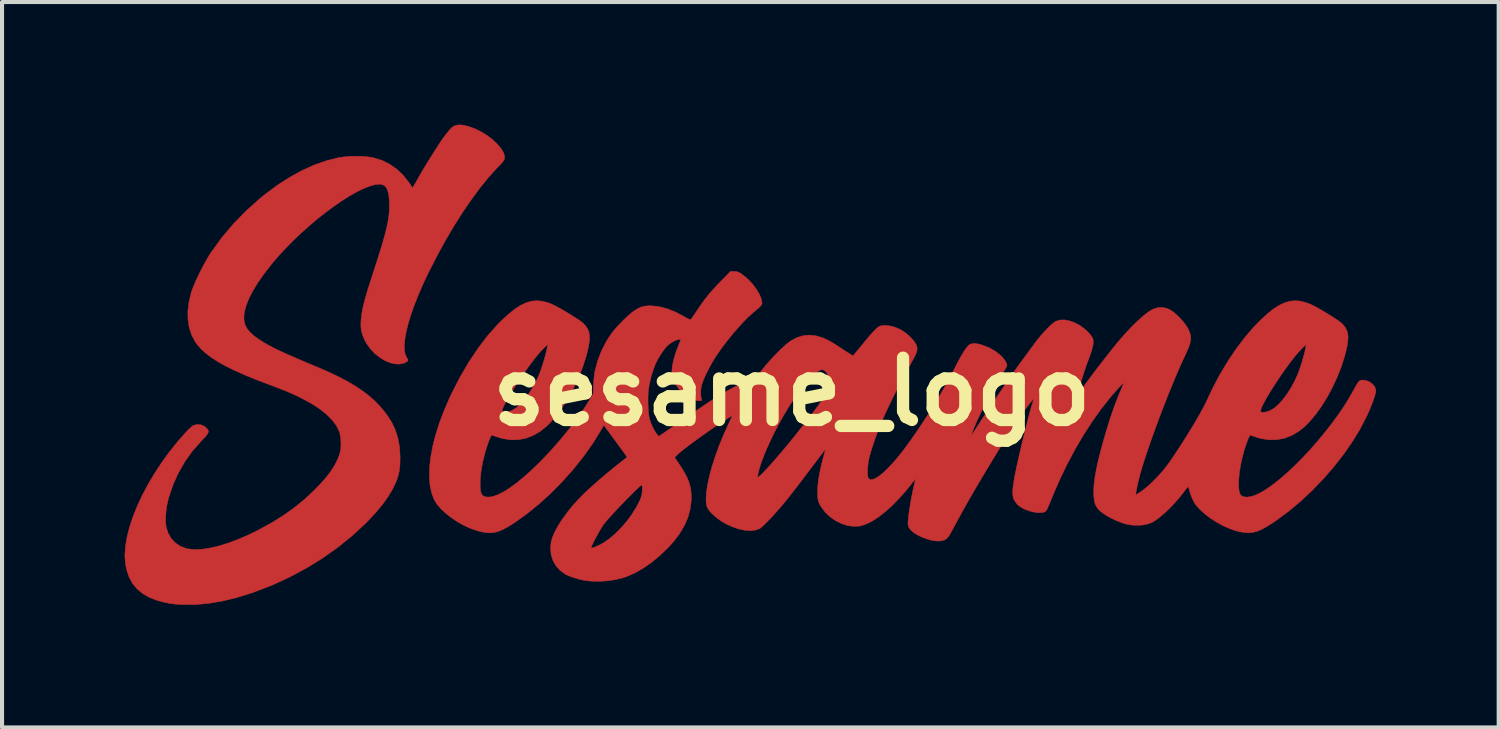
<source format=kicad_pcb>
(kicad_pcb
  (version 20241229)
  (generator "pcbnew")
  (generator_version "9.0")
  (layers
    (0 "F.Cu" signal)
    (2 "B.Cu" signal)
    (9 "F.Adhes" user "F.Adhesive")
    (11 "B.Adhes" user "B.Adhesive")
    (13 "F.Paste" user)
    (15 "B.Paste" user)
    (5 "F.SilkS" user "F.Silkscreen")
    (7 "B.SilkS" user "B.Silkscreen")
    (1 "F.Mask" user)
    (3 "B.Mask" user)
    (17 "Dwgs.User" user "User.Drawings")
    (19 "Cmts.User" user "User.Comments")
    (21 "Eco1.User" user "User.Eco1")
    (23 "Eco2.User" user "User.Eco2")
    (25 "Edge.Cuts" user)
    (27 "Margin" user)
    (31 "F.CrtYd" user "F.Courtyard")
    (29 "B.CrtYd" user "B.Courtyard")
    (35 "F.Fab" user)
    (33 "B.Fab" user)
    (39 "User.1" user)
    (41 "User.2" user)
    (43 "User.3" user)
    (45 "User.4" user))
  (footprint "sesame_logo"
    (layer "F.Cu")
    (at 16.325 6.537)
    (property "Reference" "sesame_logo" (at 0 0 0) (layer "F.SilkS") (effects (font (size 1.524 1.524) (thickness 0.3))))
    (attr through_hole)
    (fp_poly (pts (xy -8.04 -6.525) (xy -7.915 -6.495) (xy -7.767 -6.442) (xy -7.745 -6.433) (xy -7.614 -6.37) (xy -7.488 -6.294) (xy -7.369 -6.209) (xy -7.262 -6.117) (xy -7.171 -6.023) (xy -7.099 -5.93) (xy -7.05 -5.842) (xy -7.028 -5.762) (xy -7.027 -5.745) (xy -7.028 -5.715) (xy -7.034 -5.689) (xy -7.047 -5.662) (xy -7.072 -5.629) (xy -7.111 -5.584) (xy -7.169 -5.523) (xy -7.21 -5.481) (xy -7.415 -5.255) (xy -7.624 -4.998) (xy -7.835 -4.713) (xy -8.047 -4.404) (xy -8.258 -4.073) (xy -8.465 -3.722) (xy -8.667 -3.355) (xy -8.862 -2.975) (xy -8.883 -2.933) (xy -9.013 -2.659) (xy -9.127 -2.397) (xy -9.227 -2.149) (xy -9.31 -1.916) (xy -9.378 -1.699) (xy -9.429 -1.501) (xy -9.463 -1.322) (xy -9.48 -1.165) (xy -9.48 -1.03) (xy -9.461 -0.92) (xy -9.424 -0.836) (xy -9.404 -0.81) (xy -9.388 -0.779) (xy -9.402 -0.75) (xy -9.446 -0.721) (xy -9.493 -0.701) (xy -9.599 -0.678) (xy -9.716 -0.683) (xy -9.838 -0.713) (xy -9.963 -0.767) (xy -10.085 -0.842) (xy -10.201 -0.934) (xy -10.306 -1.043) (xy -10.396 -1.165) (xy -10.446 -1.255) (xy -10.498 -1.372) (xy -10.53 -1.48) (xy -10.545 -1.591) (xy -10.544 -1.715) (xy -10.536 -1.807) (xy -10.526 -1.89) (xy -10.513 -1.973) (xy -10.496 -2.058) (xy -10.474 -2.151) (xy -10.447 -2.255) (xy -10.413 -2.375) (xy -10.372 -2.513) (xy -10.321 -2.673) (xy -10.261 -2.861) (xy -10.236 -2.937) (xy -10.158 -3.178) (xy -10.091 -3.39) (xy -10.033 -3.577) (xy -9.985 -3.741) (xy -9.946 -3.885) (xy -9.914 -4.013) (xy -9.89 -4.127) (xy -9.872 -4.231) (xy -9.859 -4.327) (xy -9.851 -4.419) (xy -9.848 -4.509) (xy -9.847 -4.555) (xy -9.852 -4.712) (xy -9.866 -4.838) (xy -9.892 -4.935) (xy -9.929 -5.006) (xy -9.979 -5.052) (xy -10.042 -5.076) (xy -10.093 -5.08) (xy -10.205 -5.067) (xy -10.336 -5.03) (xy -10.485 -4.971) (xy -10.647 -4.891) (xy -10.822 -4.792) (xy -11.007 -4.676) (xy -11.198 -4.544) (xy -11.395 -4.399) (xy -11.594 -4.243) (xy -11.792 -4.076) (xy -11.989 -3.901) (xy -12.181 -3.72) (xy -12.365 -3.534) (xy -12.54 -3.346) (xy -12.703 -3.157) (xy -12.746 -3.104) (xy -12.924 -2.873) (xy -13.073 -2.659) (xy -13.194 -2.459) (xy -13.288 -2.275) (xy -13.354 -2.104) (xy -13.377 -2.025) (xy -13.404 -1.885) (xy -13.406 -1.762) (xy -13.383 -1.651) (xy -13.332 -1.549) (xy -13.252 -1.452) (xy -13.142 -1.356) (xy -13.066 -1.301) (xy -12.981 -1.245) (xy -12.892 -1.19) (xy -12.794 -1.135) (xy -12.685 -1.077) (xy -12.561 -1.017) (xy -12.42 -0.951) (xy -12.258 -0.879) (xy -12.073 -0.799) (xy -11.862 -0.709) (xy -11.684 -0.636) (xy -11.392 -0.51) (xy -11.131 -0.388) (xy -10.898 -0.268) (xy -10.69 -0.147) (xy -10.504 -0.023) (xy -10.338 0.104) (xy -10.19 0.238) (xy -10.055 0.38) (xy -9.932 0.531) (xy -9.909 0.562) (xy -9.792 0.743) (xy -9.703 0.931) (xy -9.639 1.13) (xy -9.6 1.345) (xy -9.585 1.58) (xy -9.585 1.632) (xy -9.588 1.783) (xy -9.601 1.911) (xy -9.624 2.026) (xy -9.659 2.139) (xy -9.686 2.208) (xy -9.771 2.386) (xy -9.88 2.567) (xy -10.014 2.754) (xy -10.175 2.948) (xy -10.365 3.152) (xy -10.422 3.21) (xy -10.747 3.513) (xy -11.1 3.799) (xy -11.476 4.066) (xy -11.873 4.311) (xy -12.287 4.533) (xy -12.714 4.73) (xy -13.153 4.9) (xy -13.216 4.922) (xy -13.585 5.036) (xy -13.938 5.121) (xy -14.275 5.178) (xy -14.598 5.207) (xy -14.909 5.207) (xy -15.056 5.198) (xy -15.207 5.18) (xy -15.346 5.154) (xy -15.489 5.116) (xy -15.536 5.102) (xy -15.727 5.028) (xy -15.89 4.933) (xy -16.026 4.818) (xy -16.137 4.682) (xy -16.221 4.523) (xy -16.28 4.343) (xy -16.307 4.199) (xy -16.32 4.004) (xy -16.306 3.791) (xy -16.269 3.561) (xy -16.208 3.319) (xy -16.125 3.066) (xy -16.021 2.805) (xy -15.898 2.539) (xy -15.756 2.27) (xy -15.596 2) (xy -15.421 1.733) (xy -15.231 1.471) (xy -15.026 1.216) (xy -14.837 1.001) (xy -14.777 0.938) (xy -14.719 0.883) (xy -14.67 0.841) (xy -14.637 0.819) (xy -14.636 0.819) (xy -14.545 0.798) (xy -14.453 0.808) (xy -14.368 0.847) (xy -14.317 0.891) (xy -14.29 0.925) (xy -14.276 0.957) (xy -14.279 0.991) (xy -14.3 1.033) (xy -14.34 1.085) (xy -14.402 1.154) (xy -14.457 1.211) (xy -14.666 1.448) (xy -14.851 1.708) (xy -15.011 1.986) (xy -15.143 2.278) (xy -15.244 2.58) (xy -15.26 2.64) (xy -15.291 2.781) (xy -15.312 2.925) (xy -15.322 3.065) (xy -15.322 3.192) (xy -15.311 3.296) (xy -15.309 3.303) (xy -15.263 3.453) (xy -15.19 3.582) (xy -15.093 3.689) (xy -14.974 3.771) (xy -14.835 3.828) (xy -14.767 3.844) (xy -14.613 3.859) (xy -14.438 3.852) (xy -14.242 3.824) (xy -14.028 3.774) (xy -13.799 3.704) (xy -13.558 3.614) (xy -13.306 3.506) (xy -13.064 3.388) (xy -12.734 3.208) (xy -12.433 3.02) (xy -12.156 2.821) (xy -11.896 2.607) (xy -11.682 2.405) (xy -11.521 2.239) (xy -11.387 2.085) (xy -11.277 1.94) (xy -11.188 1.799) (xy -11.116 1.657) (xy -11.064 1.524) (xy -11.043 1.433) (xy -11.033 1.323) (xy -11.034 1.205) (xy -11.044 1.092) (xy -11.065 0.995) (xy -11.071 0.978) (xy -11.139 0.837) (xy -11.241 0.698) (xy -11.375 0.561) (xy -11.54 0.428) (xy -11.737 0.298) (xy -11.965 0.172) (xy -11.998 0.155) (xy -12.095 0.107) (xy -12.187 0.064) (xy -12.278 0.024) (xy -12.376 -0.018) (xy -12.486 -0.061) (xy -12.614 -0.111) (xy -12.766 -0.168) (xy -12.818 -0.187) (xy -13.124 -0.304) (xy -13.397 -0.416) (xy -13.641 -0.525) (xy -13.855 -0.631) (xy -14.043 -0.736) (xy -14.204 -0.84) (xy -14.341 -0.944) (xy -14.456 -1.05) (xy -14.55 -1.157) (xy -14.599 -1.225) (xy -14.686 -1.39) (xy -14.745 -1.571) (xy -14.776 -1.767) (xy -14.778 -1.976) (xy -14.752 -2.194) (xy -14.698 -2.42) (xy -14.68 -2.475) (xy -14.642 -2.578) (xy -14.59 -2.701) (xy -14.526 -2.838) (xy -14.456 -2.98) (xy -14.382 -3.12) (xy -14.309 -3.251) (xy -14.24 -3.365) (xy -14.217 -3.401) (xy -13.957 -3.761) (xy -13.667 -4.105) (xy -13.349 -4.431) (xy -13.001 -4.741) (xy -12.884 -4.835) (xy -12.587 -5.057) (xy -12.286 -5.25) (xy -11.985 -5.415) (xy -11.684 -5.551) (xy -11.387 -5.655) (xy -11.102 -5.727) (xy -10.946 -5.75) (xy -10.776 -5.763) (xy -10.601 -5.765) (xy -10.433 -5.756) (xy -10.283 -5.737) (xy -10.23 -5.726) (xy -10.03 -5.664) (xy -9.841 -5.57) (xy -9.666 -5.448) (xy -9.51 -5.3) (xy -9.373 -5.127) (xy -9.352 -5.096) (xy -9.319 -5.046) (xy -9.293 -5.011) (xy -9.28 -4.996) (xy -9.279 -4.996) (xy -9.269 -5.01) (xy -9.245 -5.048) (xy -9.213 -5.104) (xy -9.176 -5.169) (xy -9.117 -5.274) (xy -9.047 -5.395) (xy -8.968 -5.527) (xy -8.884 -5.664) (xy -8.798 -5.801) (xy -8.715 -5.933) (xy -8.637 -6.053) (xy -8.567 -6.157) (xy -8.51 -6.238) (xy -8.496 -6.258) (xy -8.44 -6.329) (xy -8.386 -6.395) (xy -8.339 -6.447) (xy -8.305 -6.479) (xy -8.304 -6.479) (xy -8.233 -6.517) (xy -8.146 -6.532) (xy -8.04 -6.525)) (stroke (width 0.01) (type solid)) (fill yes) (layer "F.Cu"))
    (fp_poly (pts (xy -1.413 -2.946) (xy -1.345 -2.94) (xy -1.284 -2.917) (xy -1.247 -2.895) (xy -1.144 -2.819) (xy -1.043 -2.726) (xy -0.949 -2.621) (xy -0.867 -2.51) (xy -0.8 -2.4) (xy -0.754 -2.296) (xy -0.732 -2.208) (xy -0.729 -2.178) (xy -0.731 -2.153) (xy -0.741 -2.129) (xy -0.761 -2.102) (xy -0.796 -2.067) (xy -0.849 -2.02) (xy -0.923 -1.957) (xy -0.961 -1.926) (xy -1.069 -1.827) (xy -1.19 -1.705) (xy -1.319 -1.564) (xy -1.451 -1.41) (xy -1.582 -1.249) (xy -1.706 -1.085) (xy -1.819 -0.925) (xy -1.849 -0.881) (xy -1.92 -0.767) (xy -1.992 -0.643) (xy -2.058 -0.516) (xy -2.118 -0.393) (xy -2.166 -0.281) (xy -2.2 -0.186) (xy -2.21 -0.152) (xy -2.229 -0.026) (xy -2.227 0.096) (xy -2.209 0.182) (xy -2.205 0.205) (xy -2.215 0.217) (xy -2.249 0.22) (xy -2.274 0.22) (xy -2.332 0.213) (xy -2.401 0.191) (xy -2.485 0.152) (xy -2.623 0.065) (xy -2.745 -0.048) (xy -2.844 -0.181) (xy -2.881 -0.248) (xy -2.911 -0.312) (xy -2.928 -0.363) (xy -2.935 -0.416) (xy -2.936 -0.486) (xy -2.936 -0.499) (xy -2.923 -0.638) (xy -2.89 -0.796) (xy -2.837 -0.967) (xy -2.78 -1.118) (xy -2.75 -1.19) (xy -2.732 -1.237) (xy -2.726 -1.264) (xy -2.73 -1.278) (xy -2.742 -1.283) (xy -2.745 -1.284) (xy -2.786 -1.279) (xy -2.845 -1.258) (xy -2.912 -1.224) (xy -2.977 -1.183) (xy -3.029 -1.142) (xy -3.09 -1.078) (xy -3.156 -0.991) (xy -3.223 -0.89) (xy -3.286 -0.783) (xy -3.338 -0.678) (xy -3.347 -0.657) (xy -3.408 -0.489) (xy -3.46 -0.303) (xy -3.498 -0.115) (xy -3.506 -0.057) (xy -3.515 0.036) (xy -3.519 0.148) (xy -3.519 0.268) (xy -3.514 0.389) (xy -3.507 0.501) (xy -3.495 0.597) (xy -3.482 0.664) (xy -3.452 0.755) (xy -3.411 0.85) (xy -3.365 0.941) (xy -3.319 1.014) (xy -3.303 1.035) (xy -3.257 1.09) (xy -2.928 0.866) (xy -2.809 0.784) (xy -2.676 0.693) (xy -2.539 0.599) (xy -2.409 0.509) (xy -2.296 0.431) (xy -2.294 0.43) (xy -2.079 0.285) (xy -1.873 0.152) (xy -1.679 0.034) (xy -1.498 -0.068) (xy -1.333 -0.154) (xy -1.187 -0.222) (xy -1.062 -0.27) (xy -0.962 -0.297) (xy -0.926 -0.308) (xy -0.894 -0.331) (xy -0.856 -0.372) (xy -0.819 -0.42) (xy -0.723 -0.545) (xy -0.615 -0.675) (xy -0.502 -0.803) (xy -0.386 -0.925) (xy -0.273 -1.038) (xy -0.168 -1.135) (xy -0.074 -1.212) (xy -0.018 -1.251) (xy 0.13 -1.329) (xy 0.282 -1.375) (xy 0.438 -1.389) (xy 0.6 -1.369) (xy 0.768 -1.318) (xy 0.943 -1.233) (xy 1.077 -1.15) (xy 1.155 -1.099) (xy 1.245 -1.04) (xy 1.332 -0.984) (xy 1.353 -0.971) (xy 1.497 -0.88) (xy 1.532 -0.921) (xy 1.555 -0.949) (xy 1.595 -0.998) (xy 1.646 -1.059) (xy 1.702 -1.128) (xy 1.709 -1.137) (xy 1.827 -1.28) (xy 1.928 -1.398) (xy 2.011 -1.489) (xy 2.075 -1.554) (xy 2.12 -1.591) (xy 2.125 -1.594) (xy 2.195 -1.62) (xy 2.286 -1.626) (xy 2.391 -1.615) (xy 2.504 -1.587) (xy 2.617 -1.543) (xy 2.701 -1.498) (xy 2.782 -1.442) (xy 2.864 -1.374) (xy 2.939 -1.3) (xy 2.998 -1.229) (xy 3.032 -1.176) (xy 3.053 -1.126) (xy 3.065 -1.08) (xy 3.066 -1.033) (xy 3.055 -0.98) (xy 3.03 -0.915) (xy 2.991 -0.835) (xy 2.936 -0.734) (xy 2.895 -0.66) (xy 2.814 -0.517) (xy 2.727 -0.354) (xy 2.635 -0.178) (xy 2.542 0.004) (xy 2.451 0.187) (xy 2.366 0.364) (xy 2.289 0.528) (xy 2.223 0.674) (xy 2.186 0.762) (xy 2.103 0.969) (xy 2.028 1.174) (xy 1.963 1.369) (xy 1.91 1.545) (xy 1.895 1.6) (xy 1.877 1.688) (xy 1.863 1.784) (xy 1.855 1.88) (xy 1.853 1.97) (xy 1.857 2.046) (xy 1.867 2.101) (xy 1.877 2.123) (xy 1.919 2.148) (xy 1.976 2.145) (xy 2.048 2.116) (xy 2.134 2.063) (xy 2.231 1.985) (xy 2.338 1.884) (xy 2.454 1.762) (xy 2.578 1.62) (xy 2.707 1.459) (xy 2.754 1.397) (xy 2.896 1.203) (xy 2.974 1.092) (xy 4.369 1.092) (xy 4.377 1.101) (xy 4.386 1.092) (xy 4.377 1.084) (xy 4.369 1.092) (xy 2.974 1.092) (xy 3.044 0.991) (xy 3.195 0.767) (xy 3.345 0.536) (xy 3.49 0.304) (xy 3.628 0.076) (xy 3.754 -0.142) (xy 3.866 -0.345) (xy 3.959 -0.525) (xy 4.053 -0.711) (xy 4.137 -0.866) (xy 4.211 -0.989) (xy 4.275 -1.08) (xy 4.329 -1.14) (xy 4.369 -1.166) (xy 4.429 -1.181) (xy 4.492 -1.183) (xy 4.566 -1.17) (xy 4.657 -1.145) (xy 4.825 -1.081) (xy 4.975 -0.996) (xy 5.119 -0.883) (xy 5.12 -0.882) (xy 5.165 -0.834) (xy 5.208 -0.776) (xy 5.243 -0.718) (xy 5.263 -0.669) (xy 5.266 -0.651) (xy 5.257 -0.621) (xy 5.232 -0.572) (xy 5.197 -0.513) (xy 5.176 -0.481) (xy 5.126 -0.403) (xy 5.064 -0.302) (xy 4.995 -0.182) (xy 4.921 -0.051) (xy 4.845 0.085) (xy 4.772 0.221) (xy 4.705 0.349) (xy 4.647 0.464) (xy 4.63 0.5) (xy 4.584 0.598) (xy 4.538 0.698) (xy 4.495 0.795) (xy 4.457 0.883) (xy 4.426 0.959) (xy 4.403 1.017) (xy 4.392 1.052) (xy 4.391 1.061) (xy 4.402 1.05) (xy 4.427 1.014) (xy 4.464 0.96) (xy 4.509 0.892) (xy 4.53 0.859) (xy 4.618 0.723) (xy 4.717 0.573) (xy 4.822 0.413) (xy 4.933 0.248) (xy 5.045 0.081) (xy 5.156 -0.083) (xy 5.263 -0.24) (xy 5.363 -0.386) (xy 5.455 -0.517) (xy 5.534 -0.629) (xy 5.597 -0.717) (xy 5.61 -0.734) (xy 5.683 -0.833) (xy 5.76 -0.936) (xy 5.834 -1.037) (xy 5.899 -1.125) (xy 5.944 -1.187) (xy 6.018 -1.284) (xy 6.099 -1.382) (xy 6.183 -1.477) (xy 6.265 -1.563) (xy 6.341 -1.637) (xy 6.407 -1.692) (xy 6.457 -1.725) (xy 6.458 -1.726) (xy 6.557 -1.756) (xy 6.67 -1.76) (xy 6.792 -1.738) (xy 6.918 -1.693) (xy 7.043 -1.627) (xy 7.163 -1.54) (xy 7.224 -1.484) (xy 7.296 -1.408) (xy 7.344 -1.344) (xy 7.37 -1.284) (xy 7.378 -1.219) (xy 7.369 -1.142) (xy 7.357 -1.088) (xy 7.336 -1.01) (xy 7.306 -0.917) (xy 7.273 -0.827) (xy 7.264 -0.803) (xy 7.236 -0.73) (xy 7.202 -0.636) (xy 7.166 -0.53) (xy 7.132 -0.423) (xy 7.121 -0.388) (xy 7.09 -0.291) (xy 7.061 -0.196) (xy 7.034 -0.113) (xy 7.013 -0.05) (xy 7.006 -0.029) (xy 6.989 0.023) (xy 6.98 0.062) (xy 6.98 0.077) (xy 6.992 0.068) (xy 7.019 0.036) (xy 7.056 -0.012) (xy 7.08 -0.045) (xy 7.163 -0.162) (xy 7.262 -0.296) (xy 7.371 -0.442) (xy 7.487 -0.595) (xy 7.606 -0.749) (xy 7.724 -0.899) (xy 7.836 -1.041) (xy 7.938 -1.167) (xy 8.027 -1.274) (xy 8.059 -1.311) (xy 8.204 -1.474) (xy 8.345 -1.622) (xy 8.479 -1.751) (xy 8.603 -1.86) (xy 8.714 -1.947) (xy 8.811 -2.008) (xy 8.84 -2.023) (xy 8.958 -2.061) (xy 9.076 -2.065) (xy 9.194 -2.036) (xy 9.241 -2.014) (xy 9.317 -1.967) (xy 9.401 -1.898) (xy 9.488 -1.814) (xy 9.571 -1.724) (xy 9.641 -1.634) (xy 9.692 -1.552) (xy 9.7 -1.537) (xy 9.733 -1.459) (xy 9.754 -1.389) (xy 9.763 -1.32) (xy 9.757 -1.248) (xy 9.738 -1.167) (xy 9.703 -1.071) (xy 9.653 -0.955) (xy 9.611 -0.865) (xy 9.52 -0.668) (xy 9.422 -0.445) (xy 9.32 -0.2) (xy 9.214 0.06) (xy 9.107 0.331) (xy 9.002 0.606) (xy 8.9 0.881) (xy 8.803 1.149) (xy 8.714 1.406) (xy 8.634 1.645) (xy 8.566 1.861) (xy 8.543 1.941) (xy 8.517 2.034) (xy 8.492 2.132) (xy 8.468 2.231) (xy 8.448 2.323) (xy 8.432 2.403) (xy 8.421 2.465) (xy 8.418 2.505) (xy 8.419 2.515) (xy 8.435 2.509) (xy 8.471 2.487) (xy 8.522 2.455) (xy 8.543 2.441) (xy 8.635 2.373) (xy 8.74 2.283) (xy 8.851 2.178) (xy 8.961 2.065) (xy 9.065 1.949) (xy 9.155 1.838) (xy 9.169 1.82) (xy 9.248 1.711) (xy 9.337 1.582) (xy 9.433 1.439) (xy 9.532 1.285) (xy 9.633 1.126) (xy 9.733 0.965) (xy 9.829 0.808) (xy 9.917 0.658) (xy 9.997 0.519) (xy 10.015 0.485) (xy 11.471 0.485) (xy 11.494 0.501) (xy 11.539 0.503) (xy 11.601 0.493) (xy 11.669 0.472) (xy 11.713 0.454) (xy 11.81 0.394) (xy 11.911 0.305) (xy 12.014 0.192) (xy 12.115 0.057) (xy 12.212 -0.095) (xy 12.301 -0.259) (xy 12.37 -0.408) (xy 12.408 -0.506) (xy 12.448 -0.623) (xy 12.488 -0.747) (xy 12.523 -0.871) (xy 12.552 -0.983) (xy 12.571 -1.075) (xy 12.573 -1.084) (xy 12.585 -1.16) (xy 12.481 -1.058) (xy 12.411 -0.985) (xy 12.332 -0.893) (xy 12.246 -0.786) (xy 12.156 -0.668) (xy 12.064 -0.541) (xy 11.971 -0.409) (xy 11.881 -0.275) (xy 11.794 -0.142) (xy 11.713 -0.013) (xy 11.64 0.108) (xy 11.577 0.218) (xy 11.527 0.314) (xy 11.491 0.393) (xy 11.472 0.451) (xy 11.471 0.485) (xy 10.015 0.485) (xy 10.064 0.397) (xy 10.116 0.296) (xy 10.14 0.244) (xy 10.302 -0.099) (xy 10.479 -0.432) (xy 10.671 -0.751) (xy 10.873 -1.051) (xy 11.083 -1.329) (xy 11.298 -1.58) (xy 11.466 -1.753) (xy 11.629 -1.902) (xy 11.779 -2.023) (xy 11.92 -2.115) (xy 12.055 -2.179) (xy 12.186 -2.217) (xy 12.316 -2.23) (xy 12.449 -2.218) (xy 12.587 -2.182) (xy 12.678 -2.148) (xy 12.744 -2.117) (xy 12.829 -2.073) (xy 12.926 -2.019) (xy 13.03 -1.958) (xy 13.135 -1.894) (xy 13.235 -1.831) (xy 13.325 -1.773) (xy 13.398 -1.722) (xy 13.449 -1.682) (xy 13.459 -1.673) (xy 13.522 -1.603) (xy 13.568 -1.529) (xy 13.598 -1.448) (xy 13.61 -1.354) (xy 13.606 -1.245) (xy 13.587 -1.116) (xy 13.552 -0.963) (xy 13.527 -0.872) (xy 13.446 -0.616) (xy 13.345 -0.36) (xy 13.229 -0.109) (xy 13.099 0.132) (xy 12.959 0.357) (xy 12.811 0.562) (xy 12.658 0.742) (xy 12.559 0.842) (xy 12.396 0.973) (xy 12.224 1.072) (xy 12.045 1.139) (xy 11.858 1.173) (xy 11.667 1.174) (xy 11.472 1.142) (xy 11.36 1.109) (xy 11.299 1.088) (xy 11.25 1.071) (xy 11.222 1.063) (xy 11.219 1.062) (xy 11.204 1.075) (xy 11.182 1.116) (xy 11.155 1.18) (xy 11.124 1.262) (xy 11.092 1.357) (xy 11.06 1.462) (xy 11.058 1.469) (xy 10.997 1.71) (xy 10.956 1.941) (xy 10.935 2.157) (xy 10.933 2.235) (xy 10.935 2.354) (xy 10.947 2.443) (xy 10.97 2.506) (xy 11.007 2.547) (xy 11.059 2.569) (xy 11.129 2.576) (xy 11.141 2.576) (xy 11.243 2.562) (xy 11.362 2.52) (xy 11.496 2.453) (xy 11.642 2.362) (xy 11.799 2.25) (xy 11.966 2.116) (xy 12.14 1.963) (xy 12.32 1.794) (xy 12.504 1.608) (xy 12.69 1.408) (xy 12.876 1.195) (xy 13.06 0.971) (xy 13.241 0.738) (xy 13.242 0.737) (xy 13.4 0.519) (xy 13.538 0.312) (xy 13.665 0.104) (xy 13.737 -0.025) (xy 13.789 -0.12) (xy 13.829 -0.188) (xy 13.86 -0.235) (xy 13.886 -0.264) (xy 13.912 -0.28) (xy 13.939 -0.286) (xy 13.973 -0.287) (xy 13.974 -0.287) (xy 14.064 -0.274) (xy 14.147 -0.238) (xy 14.216 -0.184) (xy 14.266 -0.119) (xy 14.29 -0.046) (xy 14.292 -0.025) (xy 14.284 0.026) (xy 14.264 0.102) (xy 14.232 0.198) (xy 14.19 0.309) (xy 14.141 0.43) (xy 14.086 0.555) (xy 14.059 0.612) (xy 13.901 0.917) (xy 13.713 1.224) (xy 13.499 1.531) (xy 13.263 1.834) (xy 13.007 2.128) (xy 12.736 2.41) (xy 12.454 2.675) (xy 12.162 2.919) (xy 11.866 3.139) (xy 11.769 3.205) (xy 11.625 3.296) (xy 11.5 3.365) (xy 11.388 3.413) (xy 11.283 3.442) (xy 11.178 3.452) (xy 11.068 3.445) (xy 10.948 3.422) (xy 10.846 3.395) (xy 10.694 3.341) (xy 10.537 3.27) (xy 10.382 3.183) (xy 10.234 3.087) (xy 10.099 2.983) (xy 9.982 2.877) (xy 9.889 2.772) (xy 9.849 2.712) (xy 9.802 2.621) (xy 9.758 2.51) (xy 9.723 2.395) (xy 9.712 2.349) (xy 9.707 2.332) (xy 9.698 2.326) (xy 9.684 2.335) (xy 9.659 2.363) (xy 9.62 2.412) (xy 9.572 2.476) (xy 9.471 2.603) (xy 9.36 2.729) (xy 9.243 2.851) (xy 9.125 2.963) (xy 9.011 3.06) (xy 8.907 3.139) (xy 8.816 3.195) (xy 8.813 3.196) (xy 8.704 3.237) (xy 8.574 3.261) (xy 8.432 3.268) (xy 8.289 3.258) (xy 8.163 3.233) (xy 8.044 3.194) (xy 7.921 3.143) (xy 7.801 3.085) (xy 7.69 3.022) (xy 7.594 2.957) (xy 7.52 2.896) (xy 7.48 2.849) (xy 7.443 2.791) (xy 7.418 2.735) (xy 7.402 2.671) (xy 7.392 2.589) (xy 7.388 2.523) (xy 7.386 2.395) (xy 7.396 2.251) (xy 7.416 2.09) (xy 7.449 1.907) (xy 7.493 1.702) (xy 7.55 1.472) (xy 7.62 1.214) (xy 7.648 1.118) (xy 7.717 0.883) (xy 7.782 0.674) (xy 7.847 0.482) (xy 7.913 0.297) (xy 7.985 0.113) (xy 8.065 -0.079) (xy 8.067 -0.084) (xy 8.128 -0.227) (xy 8.058 -0.16) (xy 8.023 -0.124) (xy 7.972 -0.069) (xy 7.911 0.001) (xy 7.843 0.078) (xy 7.799 0.13) (xy 7.577 0.408) (xy 7.357 0.716) (xy 7.142 1.048) (xy 6.935 1.4) (xy 6.739 1.767) (xy 6.557 2.145) (xy 6.39 2.527) (xy 6.348 2.632) (xy 6.312 2.721) (xy 6.278 2.799) (xy 6.249 2.863) (xy 6.228 2.904) (xy 6.22 2.915) (xy 6.173 2.945) (xy 6.102 2.958) (xy 6.015 2.957) (xy 5.917 2.943) (xy 5.815 2.917) (xy 5.715 2.88) (xy 5.624 2.835) (xy 5.547 2.782) (xy 5.522 2.759) (xy 5.478 2.705) (xy 5.439 2.643) (xy 5.431 2.626) (xy 5.415 2.579) (xy 5.406 2.521) (xy 5.404 2.45) (xy 5.409 2.363) (xy 5.422 2.257) (xy 5.442 2.13) (xy 5.471 1.978) (xy 5.509 1.8) (xy 5.555 1.593) (xy 5.565 1.549) (xy 5.614 1.337) (xy 5.663 1.132) (xy 5.711 0.937) (xy 5.756 0.758) (xy 5.797 0.597) (xy 5.834 0.461) (xy 5.866 0.351) (xy 5.875 0.322) (xy 5.925 0.161) (xy 5.882 0.212) (xy 5.794 0.32) (xy 5.7 0.443) (xy 5.599 0.585) (xy 5.489 0.747) (xy 5.368 0.932) (xy 5.234 1.142) (xy 5.087 1.38) (xy 5.071 1.405) (xy 4.893 1.697) (xy 4.732 1.964) (xy 4.584 2.212) (xy 4.447 2.446) (xy 4.319 2.668) (xy 4.197 2.885) (xy 4.079 3.1) (xy 3.961 3.318) (xy 3.921 3.392) (xy 3.87 3.485) (xy 3.825 3.551) (xy 3.782 3.597) (xy 3.735 3.625) (xy 3.679 3.642) (xy 3.627 3.65) (xy 3.532 3.651) (xy 3.422 3.634) (xy 3.304 3.601) (xy 3.186 3.557) (xy 3.076 3.504) (xy 2.982 3.445) (xy 2.91 3.383) (xy 2.889 3.357) (xy 2.86 3.309) (xy 2.845 3.263) (xy 2.842 3.204) (xy 2.843 3.19) (xy 2.847 3.123) (xy 2.858 3.03) (xy 2.873 2.918) (xy 2.892 2.793) (xy 2.914 2.663) (xy 2.938 2.535) (xy 2.962 2.415) (xy 2.979 2.337) (xy 3.027 2.125) (xy 2.983 2.183) (xy 2.805 2.405) (xy 2.628 2.606) (xy 2.454 2.784) (xy 2.284 2.937) (xy 2.12 3.065) (xy 1.964 3.166) (xy 1.817 3.238) (xy 1.681 3.281) (xy 1.662 3.285) (xy 1.518 3.294) (xy 1.369 3.274) (xy 1.22 3.227) (xy 1.076 3.156) (xy 0.942 3.064) (xy 0.823 2.954) (xy 0.726 2.828) (xy 0.692 2.771) (xy 0.666 2.72) (xy 0.649 2.675) (xy 0.639 2.627) (xy 0.633 2.565) (xy 0.629 2.491) (xy 0.632 2.339) (xy 0.65 2.163) (xy 0.685 1.962) (xy 0.736 1.735) (xy 0.794 1.516) (xy 0.811 1.455) (xy 0.819 1.423) (xy 0.817 1.414) (xy 0.806 1.425) (xy 0.794 1.44) (xy 0.776 1.463) (xy 0.741 1.509) (xy 0.69 1.576) (xy 0.626 1.66) (xy 0.553 1.758) (xy 0.471 1.866) (xy 0.39 1.973) (xy 0.296 2.097) (xy 0.2 2.224) (xy 0.105 2.347) (xy 0.016 2.461) (xy -0.062 2.562) (xy -0.128 2.644) (xy -0.16 2.684) (xy -0.252 2.795) (xy -0.348 2.905) (xy -0.443 3.011) (xy -0.534 3.109) (xy -0.618 3.195) (xy -0.691 3.267) (xy -0.75 3.32) (xy -0.791 3.35) (xy -0.795 3.352) (xy -0.896 3.386) (xy -1.015 3.398) (xy -1.149 3.388) (xy -1.291 3.358) (xy -1.437 3.31) (xy -1.582 3.246) (xy -1.721 3.168) (xy -1.849 3.076) (xy -1.962 2.973) (xy -1.97 2.965) (xy -2.033 2.89) (xy -2.073 2.82) (xy -2.093 2.743) (xy -2.1 2.648) (xy -2.1 2.635) (xy -2.09 2.467) (xy -2.062 2.274) (xy -2.024 2.099) (xy -0.842 2.099) (xy -0.792 2.063) (xy -0.765 2.039) (xy -0.719 1.995) (xy -0.661 1.935) (xy -0.595 1.864) (xy -0.533 1.797) (xy -0.424 1.675) (xy -0.309 1.541) (xy -0.188 1.398) (xy -0.064 1.248) (xy 0.061 1.095) (xy 0.184 0.94) (xy 0.305 0.787) (xy 0.421 0.637) (xy 0.529 0.494) (xy 0.629 0.36) (xy 0.717 0.237) (xy 0.793 0.129) (xy 0.853 0.038) (xy 0.896 -0.033) (xy 0.921 -0.083) (xy 0.925 -0.096) (xy 0.931 -0.181) (xy 0.921 -0.272) (xy 0.899 -0.36) (xy 0.866 -0.439) (xy 0.826 -0.498) (xy 0.795 -0.523) (xy 0.758 -0.538) (xy 0.721 -0.539) (xy 0.68 -0.523) (xy 0.63 -0.489) (xy 0.567 -0.434) (xy 0.488 -0.356) (xy 0.474 -0.342) (xy 0.341 -0.199) (xy 0.217 -0.051) (xy 0.097 0.11) (xy -0.026 0.292) (xy -0.106 0.419) (xy -0.217 0.606) (xy -0.325 0.801) (xy -0.428 0.998) (xy -0.523 1.194) (xy -0.61 1.384) (xy -0.685 1.564) (xy -0.747 1.729) (xy -0.794 1.876) (xy -0.824 1.999) (xy -0.826 2.01) (xy -0.842 2.099) (xy -2.024 2.099) (xy -2.016 2.061) (xy -1.954 1.83) (xy -1.876 1.586) (xy -1.784 1.332) (xy -1.678 1.072) (xy -1.56 0.808) (xy -1.551 0.79) (xy -1.516 0.714) (xy -1.487 0.651) (xy -1.466 0.606) (xy -1.457 0.584) (xy -1.456 0.582) (xy -1.47 0.589) (xy -1.506 0.611) (xy -1.562 0.646) (xy -1.631 0.69) (xy -1.672 0.717) (xy -1.809 0.807) (xy -1.951 0.903) (xy -2.093 1.002) (xy -2.233 1.101) (xy -2.367 1.198) (xy -2.49 1.289) (xy -2.6 1.372) (xy -2.692 1.445) (xy -2.764 1.505) (xy -2.809 1.547) (xy -2.866 1.606) (xy -2.744 1.787) (xy -2.642 1.948) (xy -2.564 2.094) (xy -2.509 2.232) (xy -2.475 2.367) (xy -2.46 2.507) (xy -2.46 2.65) (xy -2.486 2.863) (xy -2.541 3.07) (xy -2.628 3.272) (xy -2.746 3.471) (xy -2.896 3.668) (xy -3.021 3.806) (xy -3.218 3.996) (xy -3.421 4.165) (xy -3.627 4.31) (xy -3.832 4.428) (xy -4.032 4.517) (xy -4.112 4.545) (xy -4.306 4.594) (xy -4.515 4.626) (xy -4.728 4.639) (xy -4.933 4.632) (xy -5.086 4.613) (xy -5.208 4.586) (xy -5.33 4.55) (xy -5.443 4.51) (xy -5.534 4.467) (xy -5.55 4.459) (xy -5.673 4.368) (xy -5.772 4.256) (xy -5.845 4.128) (xy -5.889 3.987) (xy -5.905 3.838) (xy -5.903 3.815) (xy -4.911 3.815) (xy -4.9 3.822) (xy -4.868 3.816) (xy -4.81 3.795) (xy -4.733 3.762) (xy -4.598 3.689) (xy -4.457 3.589) (xy -4.314 3.466) (xy -4.174 3.325) (xy -4.041 3.171) (xy -3.92 3.008) (xy -3.815 2.841) (xy -3.764 2.747) (xy -3.723 2.663) (xy -3.696 2.6) (xy -3.678 2.548) (xy -3.668 2.499) (xy -3.663 2.444) (xy -3.661 2.423) (xy -3.659 2.354) (xy -3.662 2.304) (xy -3.67 2.281) (xy -3.67 2.28) (xy -3.687 2.288) (xy -3.724 2.319) (xy -3.777 2.367) (xy -3.844 2.432) (xy -3.922 2.509) (xy -4.008 2.595) (xy -4.098 2.687) (xy -4.189 2.782) (xy -4.28 2.877) (xy -4.365 2.969) (xy -4.443 3.054) (xy -4.511 3.13) (xy -4.564 3.193) (xy -4.602 3.24) (xy -4.604 3.243) (xy -4.641 3.298) (xy -4.684 3.37) (xy -4.731 3.451) (xy -4.778 3.537) (xy -4.823 3.62) (xy -4.861 3.696) (xy -4.891 3.759) (xy -4.908 3.802) (xy -4.911 3.815) (xy -5.903 3.815) (xy -5.891 3.684) (xy -5.861 3.57) (xy -5.804 3.434) (xy -5.722 3.283) (xy -5.619 3.122) (xy -5.499 2.956) (xy -5.364 2.789) (xy -5.217 2.625) (xy -5.064 2.47) (xy -5.01 2.419) (xy -4.798 2.229) (xy -4.571 2.034) (xy -4.344 1.846) (xy -4.235 1.76) (xy -4.032 1.6) (xy -4.059 1.558) (xy -4.078 1.53) (xy -4.114 1.48) (xy -4.16 1.415) (xy -4.215 1.341) (xy -4.24 1.307) (xy -4.305 1.219) (xy -4.373 1.127) (xy -4.437 1.04) (xy -4.489 0.968) (xy -4.498 0.957) (xy -4.601 0.816) (xy -4.674 0.945) (xy -4.87 1.262) (xy -5.094 1.579) (xy -5.343 1.891) (xy -5.613 2.194) (xy -5.897 2.482) (xy -6.193 2.751) (xy -6.496 2.996) (xy -6.79 3.205) (xy -6.934 3.296) (xy -7.059 3.365) (xy -7.171 3.413) (xy -7.276 3.442) (xy -7.381 3.452) (xy -7.491 3.445) (xy -7.611 3.422) (xy -7.713 3.395) (xy -7.871 3.339) (xy -8.03 3.266) (xy -8.187 3.177) (xy -8.335 3.078) (xy -8.471 2.971) (xy -8.589 2.86) (xy -8.683 2.75) (xy -8.75 2.642) (xy -8.751 2.641) (xy -8.813 2.475) (xy -8.853 2.287) (xy -8.87 2.078) (xy -8.865 1.849) (xy -8.837 1.603) (xy -8.789 1.341) (xy -8.719 1.065) (xy -8.628 0.776) (xy -8.519 0.485) (xy -7.088 0.485) (xy -7.065 0.501) (xy -7.02 0.503) (xy -6.958 0.493) (xy -6.889 0.472) (xy -6.846 0.454) (xy -6.749 0.394) (xy -6.648 0.305) (xy -6.545 0.192) (xy -6.444 0.057) (xy -6.347 -0.095) (xy -6.258 -0.259) (xy -6.189 -0.408) (xy -6.151 -0.506) (xy -6.111 -0.623) (xy -6.071 -0.747) (xy -6.036 -0.871) (xy -6.007 -0.983) (xy -5.988 -1.075) (xy -5.986 -1.084) (xy -5.974 -1.16) (xy -6.078 -1.058) (xy -6.148 -0.985) (xy -6.227 -0.893) (xy -6.313 -0.786) (xy -6.403 -0.668) (xy -6.495 -0.541) (xy -6.588 -0.409) (xy -6.678 -0.275) (xy -6.765 -0.142) (xy -6.846 -0.013) (xy -6.919 0.108) (xy -6.982 0.218) (xy -7.032 0.314) (xy -7.068 0.393) (xy -7.087 0.451) (xy -7.088 0.485) (xy -8.519 0.485) (xy -8.516 0.477) (xy -8.384 0.17) (xy -8.316 0.025) (xy -8.115 -0.365) (xy -7.903 -0.728) (xy -7.68 -1.061) (xy -7.449 -1.365) (xy -7.208 -1.637) (xy -7.093 -1.753) (xy -6.93 -1.902) (xy -6.78 -2.023) (xy -6.639 -2.115) (xy -6.504 -2.179) (xy -6.373 -2.217) (xy -6.243 -2.23) (xy -6.11 -2.218) (xy -5.972 -2.182) (xy -5.881 -2.148) (xy -5.815 -2.117) (xy -5.73 -2.073) (xy -5.633 -2.019) (xy -5.529 -1.958) (xy -5.424 -1.894) (xy -5.324 -1.831) (xy -5.234 -1.773) (xy -5.161 -1.722) (xy -5.11 -1.682) (xy -5.1 -1.673) (xy -5.037 -1.603) (xy -4.991 -1.529) (xy -4.961 -1.448) (xy -4.949 -1.354) (xy -4.953 -1.245) (xy -4.972 -1.116) (xy -5.007 -0.963) (xy -5.032 -0.872) (xy -5.113 -0.616) (xy -5.213 -0.36) (xy -5.33 -0.109) (xy -5.46 0.132) (xy -5.6 0.357) (xy -5.748 0.562) (xy -5.901 0.742) (xy -6 0.842) (xy -6.163 0.973) (xy -6.335 1.072) (xy -6.514 1.139) (xy -6.701 1.173) (xy -6.892 1.174) (xy -7.087 1.142) (xy -7.199 1.109) (xy -7.26 1.088) (xy -7.309 1.071) (xy -7.337 1.063) (xy -7.339 1.062) (xy -7.355 1.075) (xy -7.377 1.116) (xy -7.404 1.18) (xy -7.435 1.262) (xy -7.467 1.357) (xy -7.499 1.462) (xy -7.501 1.469) (xy -7.562 1.71) (xy -7.603 1.941) (xy -7.624 2.157) (xy -7.626 2.235) (xy -7.623 2.354) (xy -7.612 2.443) (xy -7.589 2.506) (xy -7.552 2.547) (xy -7.5 2.569) (xy -7.43 2.576) (xy -7.418 2.576) (xy -7.315 2.562) (xy -7.194 2.519) (xy -7.058 2.451) (xy -6.908 2.356) (xy -6.744 2.238) (xy -6.569 2.095) (xy -6.383 1.93) (xy -6.189 1.743) (xy -6.112 1.666) (xy -5.879 1.418) (xy -5.653 1.16) (xy -5.439 0.898) (xy -5.242 0.637) (xy -5.066 0.383) (xy -4.957 0.212) (xy -4.865 0.059) (xy -4.854 -0.161) (xy -4.848 -0.259) (xy -4.839 -0.358) (xy -4.828 -0.447) (xy -4.818 -0.508) (xy -4.753 -0.755) (xy -4.658 -1) (xy -4.538 -1.235) (xy -4.425 -1.41) (xy -4.348 -1.509) (xy -4.252 -1.618) (xy -4.145 -1.73) (xy -4.036 -1.835) (xy -3.933 -1.924) (xy -3.886 -1.961) (xy -3.788 -2.027) (xy -3.698 -2.071) (xy -3.607 -2.096) (xy -3.501 -2.105) (xy -3.446 -2.105) (xy -3.253 -2.086) (xy -3.051 -2.034) (xy -2.843 -1.951) (xy -2.63 -1.838) (xy -2.57 -1.804) (xy -2.52 -1.778) (xy -2.488 -1.765) (xy -2.481 -1.765) (xy -2.467 -1.78) (xy -2.437 -1.818) (xy -2.397 -1.875) (xy -2.348 -1.946) (xy -2.319 -1.99) (xy -2.221 -2.134) (xy -2.13 -2.259) (xy -2.04 -2.374) (xy -1.942 -2.488) (xy -1.831 -2.607) (xy -1.728 -2.714) (xy -1.499 -2.947) (xy -1.413 -2.946)) (stroke (width 0.01) (type solid)) (fill yes) (layer "F.Cu"))
    (fp_poly (pts (xy -8.04 -6.525) (xy -7.915 -6.495) (xy -7.767 -6.442) (xy -7.745 -6.433) (xy -7.614 -6.37) (xy -7.488 -6.294) (xy -7.369 -6.209) (xy -7.262 -6.117) (xy -7.171 -6.023) (xy -7.099 -5.93) (xy -7.05 -5.842) (xy -7.028 -5.762) (xy -7.027 -5.745) (xy -7.028 -5.715) (xy -7.034 -5.689) (xy -7.047 -5.662) (xy -7.072 -5.629) (xy -7.111 -5.584) (xy -7.169 -5.523) (xy -7.21 -5.481) (xy -7.415 -5.255) (xy -7.624 -4.998) (xy -7.835 -4.713) (xy -8.047 -4.404) (xy -8.258 -4.073) (xy -8.465 -3.722) (xy -8.667 -3.355) (xy -8.862 -2.975) (xy -8.883 -2.933) (xy -9.013 -2.659) (xy -9.127 -2.397) (xy -9.227 -2.149) (xy -9.31 -1.916) (xy -9.378 -1.699) (xy -9.429 -1.501) (xy -9.463 -1.322) (xy -9.48 -1.165) (xy -9.48 -1.03) (xy -9.461 -0.92) (xy -9.424 -0.836) (xy -9.404 -0.81) (xy -9.388 -0.779) (xy -9.402 -0.75) (xy -9.446 -0.721) (xy -9.493 -0.701) (xy -9.599 -0.678) (xy -9.716 -0.683) (xy -9.838 -0.713) (xy -9.963 -0.767) (xy -10.085 -0.842) (xy -10.201 -0.934) (xy -10.306 -1.043) (xy -10.396 -1.165) (xy -10.446 -1.255) (xy -10.498 -1.372) (xy -10.53 -1.48) (xy -10.545 -1.591) (xy -10.544 -1.715) (xy -10.536 -1.807) (xy -10.526 -1.89) (xy -10.513 -1.973) (xy -10.496 -2.058) (xy -10.474 -2.151) (xy -10.447 -2.255) (xy -10.413 -2.375) (xy -10.372 -2.513) (xy -10.321 -2.673) (xy -10.261 -2.861) (xy -10.236 -2.937) (xy -10.158 -3.178) (xy -10.091 -3.39) (xy -10.033 -3.577) (xy -9.985 -3.741) (xy -9.946 -3.885) (xy -9.914 -4.013) (xy -9.89 -4.127) (xy -9.872 -4.231) (xy -9.859 -4.327) (xy -9.851 -4.419) (xy -9.848 -4.509) (xy -9.847 -4.555) (xy -9.852 -4.712) (xy -9.866 -4.838) (xy -9.892 -4.935) (xy -9.929 -5.006) (xy -9.979 -5.052) (xy -10.042 -5.076) (xy -10.093 -5.08) (xy -10.205 -5.067) (xy -10.336 -5.03) (xy -10.485 -4.971) (xy -10.647 -4.891) (xy -10.822 -4.792) (xy -11.007 -4.676) (xy -11.198 -4.544) (xy -11.395 -4.399) (xy -11.594 -4.243) (xy -11.792 -4.076) (xy -11.989 -3.901) (xy -12.181 -3.72) (xy -12.365 -3.534) (xy -12.54 -3.346) (xy -12.703 -3.157) (xy -12.746 -3.104) (xy -12.924 -2.873) (xy -13.073 -2.659) (xy -13.194 -2.459) (xy -13.288 -2.275) (xy -13.354 -2.104) (xy -13.377 -2.025) (xy -13.404 -1.885) (xy -13.406 -1.762) (xy -13.383 -1.651) (xy -13.332 -1.549) (xy -13.252 -1.452) (xy -13.142 -1.356) (xy -13.066 -1.301) (xy -12.981 -1.245) (xy -12.892 -1.19) (xy -12.794 -1.135) (xy -12.685 -1.077) (xy -12.561 -1.017) (xy -12.42 -0.951) (xy -12.258 -0.879) (xy -12.073 -0.799) (xy -11.862 -0.709) (xy -11.684 -0.636) (xy -11.392 -0.51) (xy -11.131 -0.388) (xy -10.898 -0.268) (xy -10.69 -0.147) (xy -10.504 -0.023) (xy -10.338 0.104) (xy -10.19 0.238) (xy -10.055 0.38) (xy -9.932 0.531) (xy -9.909 0.562) (xy -9.792 0.743) (xy -9.703 0.931) (xy -9.639 1.13) (xy -9.6 1.345) (xy -9.585 1.58) (xy -9.585 1.632) (xy -9.588 1.783) (xy -9.601 1.911) (xy -9.624 2.026) (xy -9.659 2.139) (xy -9.686 2.208) (xy -9.771 2.386) (xy -9.88 2.567) (xy -10.014 2.754) (xy -10.175 2.948) (xy -10.365 3.152) (xy -10.422 3.21) (xy -10.747 3.513) (xy -11.1 3.799) (xy -11.476 4.066) (xy -11.873 4.311) (xy -12.287 4.533) (xy -12.714 4.73) (xy -13.153 4.9) (xy -13.216 4.922) (xy -13.585 5.036) (xy -13.938 5.121) (xy -14.275 5.178) (xy -14.598 5.207) (xy -14.909 5.207) (xy -15.056 5.198) (xy -15.207 5.18) (xy -15.346 5.154) (xy -15.489 5.116) (xy -15.536 5.102) (xy -15.727 5.028) (xy -15.89 4.933) (xy -16.026 4.818) (xy -16.137 4.682) (xy -16.221 4.523) (xy -16.28 4.343) (xy -16.307 4.199) (xy -16.32 4.004) (xy -16.306 3.791) (xy -16.269 3.561) (xy -16.208 3.319) (xy -16.125 3.066) (xy -16.021 2.805) (xy -15.898 2.539) (xy -15.756 2.27) (xy -15.596 2) (xy -15.421 1.733) (xy -15.231 1.471) (xy -15.026 1.216) (xy -14.837 1.001) (xy -14.777 0.938) (xy -14.719 0.883) (xy -14.67 0.841) (xy -14.637 0.819) (xy -14.636 0.819) (xy -14.545 0.798) (xy -14.453 0.808) (xy -14.368 0.847) (xy -14.317 0.891) (xy -14.29 0.925) (xy -14.276 0.957) (xy -14.279 0.991) (xy -14.3 1.033) (xy -14.34 1.085) (xy -14.402 1.154) (xy -14.457 1.211) (xy -14.666 1.448) (xy -14.851 1.708) (xy -15.011 1.986) (xy -15.143 2.278) (xy -15.244 2.58) (xy -15.26 2.64) (xy -15.291 2.781) (xy -15.312 2.925) (xy -15.322 3.065) (xy -15.322 3.192) (xy -15.311 3.296) (xy -15.309 3.303) (xy -15.263 3.453) (xy -15.19 3.582) (xy -15.093 3.689) (xy -14.974 3.771) (xy -14.835 3.828) (xy -14.767 3.844) (xy -14.613 3.859) (xy -14.438 3.852) (xy -14.242 3.824) (xy -14.028 3.774) (xy -13.799 3.704) (xy -13.558 3.614) (xy -13.306 3.506) (xy -13.064 3.388) (xy -12.734 3.208) (xy -12.433 3.02) (xy -12.156 2.821) (xy -11.896 2.607) (xy -11.682 2.405) (xy -11.521 2.239) (xy -11.387 2.085) (xy -11.277 1.94) (xy -11.188 1.799) (xy -11.116 1.657) (xy -11.064 1.524) (xy -11.043 1.433) (xy -11.033 1.323) (xy -11.034 1.205) (xy -11.044 1.092) (xy -11.065 0.995) (xy -11.071 0.978) (xy -11.139 0.837) (xy -11.241 0.698) (xy -11.375 0.561) (xy -11.54 0.428) (xy -11.737 0.298) (xy -11.965 0.172) (xy -11.998 0.155) (xy -12.095 0.107) (xy -12.187 0.064) (xy -12.278 0.024) (xy -12.376 -0.018) (xy -12.486 -0.061) (xy -12.614 -0.111) (xy -12.766 -0.168) (xy -12.818 -0.187) (xy -13.124 -0.304) (xy -13.397 -0.416) (xy -13.641 -0.525) (xy -13.855 -0.631) (xy -14.043 -0.736) (xy -14.204 -0.84) (xy -14.341 -0.944) (xy -14.456 -1.05) (xy -14.55 -1.157) (xy -14.599 -1.225) (xy -14.686 -1.39) (xy -14.745 -1.571) (xy -14.776 -1.767) (xy -14.778 -1.976) (xy -14.752 -2.194) (xy -14.698 -2.42) (xy -14.68 -2.475) (xy -14.642 -2.578) (xy -14.59 -2.701) (xy -14.526 -2.838) (xy -14.456 -2.98) (xy -14.382 -3.12) (xy -14.309 -3.251) (xy -14.24 -3.365) (xy -14.217 -3.401) (xy -13.957 -3.761) (xy -13.667 -4.105) (xy -13.349 -4.431) (xy -13.001 -4.741) (xy -12.884 -4.835) (xy -12.587 -5.057) (xy -12.286 -5.25) (xy -11.985 -5.415) (xy -11.684 -5.551) (xy -11.387 -5.655) (xy -11.102 -5.727) (xy -10.946 -5.75) (xy -10.776 -5.763) (xy -10.601 -5.765) (xy -10.433 -5.756) (xy -10.283 -5.737) (xy -10.23 -5.726) (xy -10.03 -5.664) (xy -9.841 -5.57) (xy -9.666 -5.448) (xy -9.51 -5.3) (xy -9.373 -5.127) (xy -9.352 -5.096) (xy -9.319 -5.046) (xy -9.293 -5.011) (xy -9.28 -4.996) (xy -9.279 -4.996) (xy -9.269 -5.01) (xy -9.245 -5.048) (xy -9.213 -5.104) (xy -9.176 -5.169) (xy -9.117 -5.274) (xy -9.047 -5.395) (xy -8.968 -5.527) (xy -8.884 -5.664) (xy -8.798 -5.801) (xy -8.715 -5.933) (xy -8.637 -6.053) (xy -8.567 -6.157) (xy -8.51 -6.238) (xy -8.496 -6.258) (xy -8.44 -6.329) (xy -8.386 -6.395) (xy -8.339 -6.447) (xy -8.305 -6.479) (xy -8.304 -6.479) (xy -8.233 -6.517) (xy -8.146 -6.532) (xy -8.04 -6.525)) (stroke (width 0.01) (type solid)) (fill yes) (layer "F.Mask"))
    (fp_poly (pts (xy -1.413 -2.946) (xy -1.345 -2.94) (xy -1.284 -2.917) (xy -1.247 -2.895) (xy -1.144 -2.819) (xy -1.043 -2.726) (xy -0.949 -2.621) (xy -0.867 -2.51) (xy -0.8 -2.4) (xy -0.754 -2.296) (xy -0.732 -2.208) (xy -0.729 -2.178) (xy -0.731 -2.153) (xy -0.741 -2.129) (xy -0.761 -2.102) (xy -0.796 -2.067) (xy -0.849 -2.02) (xy -0.923 -1.957) (xy -0.961 -1.926) (xy -1.069 -1.827) (xy -1.19 -1.705) (xy -1.319 -1.564) (xy -1.451 -1.41) (xy -1.582 -1.249) (xy -1.706 -1.085) (xy -1.819 -0.925) (xy -1.849 -0.881) (xy -1.92 -0.767) (xy -1.992 -0.643) (xy -2.058 -0.516) (xy -2.118 -0.393) (xy -2.166 -0.281) (xy -2.2 -0.186) (xy -2.21 -0.152) (xy -2.229 -0.026) (xy -2.227 0.096) (xy -2.209 0.182) (xy -2.205 0.205) (xy -2.215 0.217) (xy -2.249 0.22) (xy -2.274 0.22) (xy -2.332 0.213) (xy -2.401 0.191) (xy -2.485 0.152) (xy -2.623 0.065) (xy -2.745 -0.048) (xy -2.844 -0.181) (xy -2.881 -0.248) (xy -2.911 -0.312) (xy -2.928 -0.363) (xy -2.935 -0.416) (xy -2.936 -0.486) (xy -2.936 -0.499) (xy -2.923 -0.638) (xy -2.89 -0.796) (xy -2.837 -0.967) (xy -2.78 -1.118) (xy -2.75 -1.19) (xy -2.732 -1.237) (xy -2.726 -1.264) (xy -2.73 -1.278) (xy -2.742 -1.283) (xy -2.745 -1.284) (xy -2.786 -1.279) (xy -2.845 -1.258) (xy -2.912 -1.224) (xy -2.977 -1.183) (xy -3.029 -1.142) (xy -3.09 -1.078) (xy -3.156 -0.991) (xy -3.223 -0.89) (xy -3.286 -0.783) (xy -3.338 -0.678) (xy -3.347 -0.657) (xy -3.408 -0.489) (xy -3.46 -0.303) (xy -3.498 -0.115) (xy -3.506 -0.057) (xy -3.515 0.036) (xy -3.519 0.148) (xy -3.519 0.268) (xy -3.514 0.389) (xy -3.507 0.501) (xy -3.495 0.597) (xy -3.482 0.664) (xy -3.452 0.755) (xy -3.411 0.85) (xy -3.365 0.941) (xy -3.319 1.014) (xy -3.303 1.035) (xy -3.257 1.09) (xy -2.928 0.866) (xy -2.809 0.784) (xy -2.676 0.693) (xy -2.539 0.599) (xy -2.409 0.509) (xy -2.296 0.431) (xy -2.294 0.43) (xy -2.079 0.285) (xy -1.873 0.152) (xy -1.679 0.034) (xy -1.498 -0.068) (xy -1.333 -0.154) (xy -1.187 -0.222) (xy -1.062 -0.27) (xy -0.962 -0.297) (xy -0.926 -0.308) (xy -0.894 -0.331) (xy -0.856 -0.372) (xy -0.819 -0.42) (xy -0.723 -0.545) (xy -0.615 -0.675) (xy -0.502 -0.803) (xy -0.386 -0.925) (xy -0.273 -1.038) (xy -0.168 -1.135) (xy -0.074 -1.212) (xy -0.018 -1.251) (xy 0.13 -1.329) (xy 0.282 -1.375) (xy 0.438 -1.389) (xy 0.6 -1.369) (xy 0.768 -1.318) (xy 0.943 -1.233) (xy 1.077 -1.15) (xy 1.155 -1.099) (xy 1.245 -1.04) (xy 1.332 -0.984) (xy 1.353 -0.971) (xy 1.497 -0.88) (xy 1.532 -0.921) (xy 1.555 -0.949) (xy 1.595 -0.998) (xy 1.646 -1.059) (xy 1.702 -1.128) (xy 1.709 -1.137) (xy 1.827 -1.28) (xy 1.928 -1.398) (xy 2.011 -1.489) (xy 2.075 -1.554) (xy 2.12 -1.591) (xy 2.125 -1.594) (xy 2.195 -1.62) (xy 2.286 -1.626) (xy 2.391 -1.615) (xy 2.504 -1.587) (xy 2.617 -1.543) (xy 2.701 -1.498) (xy 2.782 -1.442) (xy 2.864 -1.374) (xy 2.939 -1.3) (xy 2.998 -1.229) (xy 3.032 -1.176) (xy 3.053 -1.126) (xy 3.065 -1.08) (xy 3.066 -1.033) (xy 3.055 -0.98) (xy 3.03 -0.915) (xy 2.991 -0.835) (xy 2.936 -0.734) (xy 2.895 -0.66) (xy 2.814 -0.517) (xy 2.727 -0.354) (xy 2.635 -0.178) (xy 2.542 0.004) (xy 2.451 0.187) (xy 2.366 0.364) (xy 2.289 0.528) (xy 2.223 0.674) (xy 2.186 0.762) (xy 2.103 0.969) (xy 2.028 1.174) (xy 1.963 1.369) (xy 1.91 1.545) (xy 1.895 1.6) (xy 1.877 1.688) (xy 1.863 1.784) (xy 1.855 1.88) (xy 1.853 1.97) (xy 1.857 2.046) (xy 1.867 2.101) (xy 1.877 2.123) (xy 1.919 2.148) (xy 1.976 2.145) (xy 2.048 2.116) (xy 2.134 2.063) (xy 2.231 1.985) (xy 2.338 1.884) (xy 2.454 1.762) (xy 2.578 1.62) (xy 2.707 1.459) (xy 2.754 1.397) (xy 2.896 1.203) (xy 2.974 1.092) (xy 4.369 1.092) (xy 4.377 1.101) (xy 4.386 1.092) (xy 4.377 1.084) (xy 4.369 1.092) (xy 2.974 1.092) (xy 3.044 0.991) (xy 3.195 0.767) (xy 3.345 0.536) (xy 3.49 0.304) (xy 3.628 0.076) (xy 3.754 -0.142) (xy 3.866 -0.345) (xy 3.959 -0.525) (xy 4.053 -0.711) (xy 4.137 -0.866) (xy 4.211 -0.989) (xy 4.275 -1.08) (xy 4.329 -1.14) (xy 4.369 -1.166) (xy 4.429 -1.181) (xy 4.492 -1.183) (xy 4.566 -1.17) (xy 4.657 -1.145) (xy 4.825 -1.081) (xy 4.975 -0.996) (xy 5.119 -0.883) (xy 5.12 -0.882) (xy 5.165 -0.834) (xy 5.208 -0.776) (xy 5.243 -0.718) (xy 5.263 -0.669) (xy 5.266 -0.651) (xy 5.257 -0.621) (xy 5.232 -0.572) (xy 5.197 -0.513) (xy 5.176 -0.481) (xy 5.126 -0.403) (xy 5.064 -0.302) (xy 4.995 -0.182) (xy 4.921 -0.051) (xy 4.845 0.085) (xy 4.772 0.221) (xy 4.705 0.349) (xy 4.647 0.464) (xy 4.63 0.5) (xy 4.584 0.598) (xy 4.538 0.698) (xy 4.495 0.795) (xy 4.457 0.883) (xy 4.426 0.959) (xy 4.403 1.017) (xy 4.392 1.052) (xy 4.391 1.061) (xy 4.402 1.05) (xy 4.427 1.014) (xy 4.464 0.96) (xy 4.509 0.892) (xy 4.53 0.859) (xy 4.618 0.723) (xy 4.717 0.573) (xy 4.822 0.413) (xy 4.933 0.248) (xy 5.045 0.081) (xy 5.156 -0.083) (xy 5.263 -0.24) (xy 5.363 -0.386) (xy 5.455 -0.517) (xy 5.534 -0.629) (xy 5.597 -0.717) (xy 5.61 -0.734) (xy 5.683 -0.833) (xy 5.76 -0.936) (xy 5.834 -1.037) (xy 5.899 -1.125) (xy 5.944 -1.187) (xy 6.018 -1.284) (xy 6.099 -1.382) (xy 6.183 -1.477) (xy 6.265 -1.563) (xy 6.341 -1.637) (xy 6.407 -1.692) (xy 6.457 -1.725) (xy 6.458 -1.726) (xy 6.557 -1.756) (xy 6.67 -1.76) (xy 6.792 -1.738) (xy 6.918 -1.693) (xy 7.043 -1.627) (xy 7.163 -1.54) (xy 7.224 -1.484) (xy 7.296 -1.408) (xy 7.344 -1.344) (xy 7.37 -1.284) (xy 7.378 -1.219) (xy 7.369 -1.142) (xy 7.357 -1.088) (xy 7.336 -1.01) (xy 7.306 -0.917) (xy 7.273 -0.827) (xy 7.264 -0.803) (xy 7.236 -0.73) (xy 7.202 -0.636) (xy 7.166 -0.53) (xy 7.132 -0.423) (xy 7.121 -0.388) (xy 7.09 -0.291) (xy 7.061 -0.196) (xy 7.034 -0.113) (xy 7.013 -0.05) (xy 7.006 -0.029) (xy 6.989 0.023) (xy 6.98 0.062) (xy 6.98 0.077) (xy 6.992 0.068) (xy 7.019 0.036) (xy 7.056 -0.012) (xy 7.08 -0.045) (xy 7.163 -0.162) (xy 7.262 -0.296) (xy 7.371 -0.442) (xy 7.487 -0.595) (xy 7.606 -0.749) (xy 7.724 -0.899) (xy 7.836 -1.041) (xy 7.938 -1.167) (xy 8.027 -1.274) (xy 8.059 -1.311) (xy 8.204 -1.474) (xy 8.345 -1.622) (xy 8.479 -1.751) (xy 8.603 -1.86) (xy 8.714 -1.947) (xy 8.811 -2.008) (xy 8.84 -2.023) (xy 8.958 -2.061) (xy 9.076 -2.065) (xy 9.194 -2.036) (xy 9.241 -2.014) (xy 9.317 -1.967) (xy 9.401 -1.898) (xy 9.488 -1.814) (xy 9.571 -1.724) (xy 9.641 -1.634) (xy 9.692 -1.552) (xy 9.7 -1.537) (xy 9.733 -1.459) (xy 9.754 -1.389) (xy 9.763 -1.32) (xy 9.757 -1.248) (xy 9.738 -1.167) (xy 9.703 -1.071) (xy 9.653 -0.955) (xy 9.611 -0.865) (xy 9.52 -0.668) (xy 9.422 -0.445) (xy 9.32 -0.2) (xy 9.214 0.06) (xy 9.107 0.331) (xy 9.002 0.606) (xy 8.9 0.881) (xy 8.803 1.149) (xy 8.714 1.406) (xy 8.634 1.645) (xy 8.566 1.861) (xy 8.543 1.941) (xy 8.517 2.034) (xy 8.492 2.132) (xy 8.468 2.231) (xy 8.448 2.323) (xy 8.432 2.403) (xy 8.421 2.465) (xy 8.418 2.505) (xy 8.419 2.515) (xy 8.435 2.509) (xy 8.471 2.487) (xy 8.522 2.455) (xy 8.543 2.441) (xy 8.635 2.373) (xy 8.74 2.283) (xy 8.851 2.178) (xy 8.961 2.065) (xy 9.065 1.949) (xy 9.155 1.838) (xy 9.169 1.82) (xy 9.248 1.711) (xy 9.337 1.582) (xy 9.433 1.439) (xy 9.532 1.285) (xy 9.633 1.126) (xy 9.733 0.965) (xy 9.829 0.808) (xy 9.917 0.658) (xy 9.997 0.519) (xy 10.015 0.485) (xy 11.471 0.485) (xy 11.494 0.501) (xy 11.539 0.503) (xy 11.601 0.493) (xy 11.669 0.472) (xy 11.713 0.454) (xy 11.81 0.394) (xy 11.911 0.305) (xy 12.014 0.192) (xy 12.115 0.057) (xy 12.212 -0.095) (xy 12.301 -0.259) (xy 12.37 -0.408) (xy 12.408 -0.506) (xy 12.448 -0.623) (xy 12.488 -0.747) (xy 12.523 -0.871) (xy 12.552 -0.983) (xy 12.571 -1.075) (xy 12.573 -1.084) (xy 12.585 -1.16) (xy 12.481 -1.058) (xy 12.411 -0.985) (xy 12.332 -0.893) (xy 12.246 -0.786) (xy 12.156 -0.668) (xy 12.064 -0.541) (xy 11.971 -0.409) (xy 11.881 -0.275) (xy 11.794 -0.142) (xy 11.713 -0.013) (xy 11.64 0.108) (xy 11.577 0.218) (xy 11.527 0.314) (xy 11.491 0.393) (xy 11.472 0.451) (xy 11.471 0.485) (xy 10.015 0.485) (xy 10.064 0.397) (xy 10.116 0.296) (xy 10.14 0.244) (xy 10.302 -0.099) (xy 10.479 -0.432) (xy 10.671 -0.751) (xy 10.873 -1.051) (xy 11.083 -1.329) (xy 11.298 -1.58) (xy 11.466 -1.753) (xy 11.629 -1.902) (xy 11.779 -2.023) (xy 11.92 -2.115) (xy 12.055 -2.179) (xy 12.186 -2.217) (xy 12.316 -2.23) (xy 12.449 -2.218) (xy 12.587 -2.182) (xy 12.678 -2.148) (xy 12.744 -2.117) (xy 12.829 -2.073) (xy 12.926 -2.019) (xy 13.03 -1.958) (xy 13.135 -1.894) (xy 13.235 -1.831) (xy 13.325 -1.773) (xy 13.398 -1.722) (xy 13.449 -1.682) (xy 13.459 -1.673) (xy 13.522 -1.603) (xy 13.568 -1.529) (xy 13.598 -1.448) (xy 13.61 -1.354) (xy 13.606 -1.245) (xy 13.587 -1.116) (xy 13.552 -0.963) (xy 13.527 -0.872) (xy 13.446 -0.616) (xy 13.345 -0.36) (xy 13.229 -0.109) (xy 13.099 0.132) (xy 12.959 0.357) (xy 12.811 0.562) (xy 12.658 0.742) (xy 12.559 0.842) (xy 12.396 0.973) (xy 12.224 1.072) (xy 12.045 1.139) (xy 11.858 1.173) (xy 11.667 1.174) (xy 11.472 1.142) (xy 11.36 1.109) (xy 11.299 1.088) (xy 11.25 1.071) (xy 11.222 1.063) (xy 11.219 1.062) (xy 11.204 1.075) (xy 11.182 1.116) (xy 11.155 1.18) (xy 11.124 1.262) (xy 11.092 1.357) (xy 11.06 1.462) (xy 11.058 1.469) (xy 10.997 1.71) (xy 10.956 1.941) (xy 10.935 2.157) (xy 10.933 2.235) (xy 10.935 2.354) (xy 10.947 2.443) (xy 10.97 2.506) (xy 11.007 2.547) (xy 11.059 2.569) (xy 11.129 2.576) (xy 11.141 2.576) (xy 11.243 2.562) (xy 11.362 2.52) (xy 11.496 2.453) (xy 11.642 2.362) (xy 11.799 2.25) (xy 11.966 2.116) (xy 12.14 1.963) (xy 12.32 1.794) (xy 12.504 1.608) (xy 12.69 1.408) (xy 12.876 1.195) (xy 13.06 0.971) (xy 13.241 0.738) (xy 13.242 0.737) (xy 13.4 0.519) (xy 13.538 0.312) (xy 13.665 0.104) (xy 13.737 -0.025) (xy 13.789 -0.12) (xy 13.829 -0.188) (xy 13.86 -0.235) (xy 13.886 -0.264) (xy 13.912 -0.28) (xy 13.939 -0.286) (xy 13.973 -0.287) (xy 13.974 -0.287) (xy 14.064 -0.274) (xy 14.147 -0.238) (xy 14.216 -0.184) (xy 14.266 -0.119) (xy 14.29 -0.046) (xy 14.292 -0.025) (xy 14.284 0.026) (xy 14.264 0.102) (xy 14.232 0.198) (xy 14.19 0.309) (xy 14.141 0.43) (xy 14.086 0.555) (xy 14.059 0.612) (xy 13.901 0.917) (xy 13.713 1.224) (xy 13.499 1.531) (xy 13.263 1.834) (xy 13.007 2.128) (xy 12.736 2.41) (xy 12.454 2.675) (xy 12.162 2.919) (xy 11.866 3.139) (xy 11.769 3.205) (xy 11.625 3.296) (xy 11.5 3.365) (xy 11.388 3.413) (xy 11.283 3.442) (xy 11.178 3.452) (xy 11.068 3.445) (xy 10.948 3.422) (xy 10.846 3.395) (xy 10.694 3.341) (xy 10.537 3.27) (xy 10.382 3.183) (xy 10.234 3.087) (xy 10.099 2.983) (xy 9.982 2.877) (xy 9.889 2.772) (xy 9.849 2.712) (xy 9.802 2.621) (xy 9.758 2.51) (xy 9.723 2.395) (xy 9.712 2.349) (xy 9.707 2.332) (xy 9.698 2.326) (xy 9.684 2.335) (xy 9.659 2.363) (xy 9.62 2.412) (xy 9.572 2.476) (xy 9.471 2.603) (xy 9.36 2.729) (xy 9.243 2.851) (xy 9.125 2.963) (xy 9.011 3.06) (xy 8.907 3.139) (xy 8.816 3.195) (xy 8.813 3.196) (xy 8.704 3.237) (xy 8.574 3.261) (xy 8.432 3.268) (xy 8.289 3.258) (xy 8.163 3.233) (xy 8.044 3.194) (xy 7.921 3.143) (xy 7.801 3.085) (xy 7.69 3.022) (xy 7.594 2.957) (xy 7.52 2.896) (xy 7.48 2.849) (xy 7.443 2.791) (xy 7.418 2.735) (xy 7.402 2.671) (xy 7.392 2.589) (xy 7.388 2.523) (xy 7.386 2.395) (xy 7.396 2.251) (xy 7.416 2.09) (xy 7.449 1.907) (xy 7.493 1.702) (xy 7.55 1.472) (xy 7.62 1.214) (xy 7.648 1.118) (xy 7.717 0.883) (xy 7.782 0.674) (xy 7.847 0.482) (xy 7.913 0.297) (xy 7.985 0.113) (xy 8.065 -0.079) (xy 8.067 -0.084) (xy 8.128 -0.227) (xy 8.058 -0.16) (xy 8.023 -0.124) (xy 7.972 -0.069) (xy 7.911 0.001) (xy 7.843 0.078) (xy 7.799 0.13) (xy 7.577 0.408) (xy 7.357 0.716) (xy 7.142 1.048) (xy 6.935 1.4) (xy 6.739 1.767) (xy 6.557 2.145) (xy 6.39 2.527) (xy 6.348 2.632) (xy 6.312 2.721) (xy 6.278 2.799) (xy 6.249 2.863) (xy 6.228 2.904) (xy 6.22 2.915) (xy 6.173 2.945) (xy 6.102 2.958) (xy 6.015 2.957) (xy 5.917 2.943) (xy 5.815 2.917) (xy 5.715 2.88) (xy 5.624 2.835) (xy 5.547 2.782) (xy 5.522 2.759) (xy 5.478 2.705) (xy 5.439 2.643) (xy 5.431 2.626) (xy 5.415 2.579) (xy 5.406 2.521) (xy 5.404 2.45) (xy 5.409 2.363) (xy 5.422 2.257) (xy 5.442 2.13) (xy 5.471 1.978) (xy 5.509 1.8) (xy 5.555 1.593) (xy 5.565 1.549) (xy 5.614 1.337) (xy 5.663 1.132) (xy 5.711 0.937) (xy 5.756 0.758) (xy 5.797 0.597) (xy 5.834 0.461) (xy 5.866 0.351) (xy 5.875 0.322) (xy 5.925 0.161) (xy 5.882 0.212) (xy 5.794 0.32) (xy 5.7 0.443) (xy 5.599 0.585) (xy 5.489 0.747) (xy 5.368 0.932) (xy 5.234 1.142) (xy 5.087 1.38) (xy 5.071 1.405) (xy 4.893 1.697) (xy 4.732 1.964) (xy 4.584 2.212) (xy 4.447 2.446) (xy 4.319 2.668) (xy 4.197 2.885) (xy 4.079 3.1) (xy 3.961 3.318) (xy 3.921 3.392) (xy 3.87 3.485) (xy 3.825 3.551) (xy 3.782 3.597) (xy 3.735 3.625) (xy 3.679 3.642) (xy 3.627 3.65) (xy 3.532 3.651) (xy 3.422 3.634) (xy 3.304 3.601) (xy 3.186 3.557) (xy 3.076 3.504) (xy 2.982 3.445) (xy 2.91 3.383) (xy 2.889 3.357) (xy 2.86 3.309) (xy 2.845 3.263) (xy 2.842 3.204) (xy 2.843 3.19) (xy 2.847 3.123) (xy 2.858 3.03) (xy 2.873 2.918) (xy 2.892 2.793) (xy 2.914 2.663) (xy 2.938 2.535) (xy 2.962 2.415) (xy 2.979 2.337) (xy 3.027 2.125) (xy 2.983 2.183) (xy 2.805 2.405) (xy 2.628 2.606) (xy 2.454 2.784) (xy 2.284 2.937) (xy 2.12 3.065) (xy 1.964 3.166) (xy 1.817 3.238) (xy 1.681 3.281) (xy 1.662 3.285) (xy 1.518 3.294) (xy 1.369 3.274) (xy 1.22 3.227) (xy 1.076 3.156) (xy 0.942 3.064) (xy 0.823 2.954) (xy 0.726 2.828) (xy 0.692 2.771) (xy 0.666 2.72) (xy 0.649 2.675) (xy 0.639 2.627) (xy 0.633 2.565) (xy 0.629 2.491) (xy 0.632 2.339) (xy 0.65 2.163) (xy 0.685 1.962) (xy 0.736 1.735) (xy 0.794 1.516) (xy 0.811 1.455) (xy 0.819 1.423) (xy 0.817 1.414) (xy 0.806 1.425) (xy 0.794 1.44) (xy 0.776 1.463) (xy 0.741 1.509) (xy 0.69 1.576) (xy 0.626 1.66) (xy 0.553 1.758) (xy 0.471 1.866) (xy 0.39 1.973) (xy 0.296 2.097) (xy 0.2 2.224) (xy 0.105 2.347) (xy 0.016 2.461) (xy -0.062 2.562) (xy -0.128 2.644) (xy -0.16 2.684) (xy -0.252 2.795) (xy -0.348 2.905) (xy -0.443 3.011) (xy -0.534 3.109) (xy -0.618 3.195) (xy -0.691 3.267) (xy -0.75 3.32) (xy -0.791 3.35) (xy -0.795 3.352) (xy -0.896 3.386) (xy -1.015 3.398) (xy -1.149 3.388) (xy -1.291 3.358) (xy -1.437 3.31) (xy -1.582 3.246) (xy -1.721 3.168) (xy -1.849 3.076) (xy -1.962 2.973) (xy -1.97 2.965) (xy -2.033 2.89) (xy -2.073 2.82) (xy -2.093 2.743) (xy -2.1 2.648) (xy -2.1 2.635) (xy -2.09 2.467) (xy -2.062 2.274) (xy -2.024 2.099) (xy -0.842 2.099) (xy -0.792 2.063) (xy -0.765 2.039) (xy -0.719 1.995) (xy -0.661 1.935) (xy -0.595 1.864) (xy -0.533 1.797) (xy -0.424 1.675) (xy -0.309 1.541) (xy -0.188 1.398) (xy -0.064 1.248) (xy 0.061 1.095) (xy 0.184 0.94) (xy 0.305 0.787) (xy 0.421 0.637) (xy 0.529 0.494) (xy 0.629 0.36) (xy 0.717 0.237) (xy 0.793 0.129) (xy 0.853 0.038) (xy 0.896 -0.033) (xy 0.921 -0.083) (xy 0.925 -0.096) (xy 0.931 -0.181) (xy 0.921 -0.272) (xy 0.899 -0.36) (xy 0.866 -0.439) (xy 0.826 -0.498) (xy 0.795 -0.523) (xy 0.758 -0.538) (xy 0.721 -0.539) (xy 0.68 -0.523) (xy 0.63 -0.489) (xy 0.567 -0.434) (xy 0.488 -0.356) (xy 0.474 -0.342) (xy 0.341 -0.199) (xy 0.217 -0.051) (xy 0.097 0.11) (xy -0.026 0.292) (xy -0.106 0.419) (xy -0.217 0.606) (xy -0.325 0.801) (xy -0.428 0.998) (xy -0.523 1.194) (xy -0.61 1.384) (xy -0.685 1.564) (xy -0.747 1.729) (xy -0.794 1.876) (xy -0.824 1.999) (xy -0.826 2.01) (xy -0.842 2.099) (xy -2.024 2.099) (xy -2.016 2.061) (xy -1.954 1.83) (xy -1.876 1.586) (xy -1.784 1.332) (xy -1.678 1.072) (xy -1.56 0.808) (xy -1.551 0.79) (xy -1.516 0.714) (xy -1.487 0.651) (xy -1.466 0.606) (xy -1.457 0.584) (xy -1.456 0.582) (xy -1.47 0.589) (xy -1.506 0.611) (xy -1.562 0.646) (xy -1.631 0.69) (xy -1.672 0.717) (xy -1.809 0.807) (xy -1.951 0.903) (xy -2.093 1.002) (xy -2.233 1.101) (xy -2.367 1.198) (xy -2.49 1.289) (xy -2.6 1.372) (xy -2.692 1.445) (xy -2.764 1.505) (xy -2.809 1.547) (xy -2.866 1.606) (xy -2.744 1.787) (xy -2.642 1.948) (xy -2.564 2.094) (xy -2.509 2.232) (xy -2.475 2.367) (xy -2.46 2.507) (xy -2.46 2.65) (xy -2.486 2.863) (xy -2.541 3.07) (xy -2.628 3.272) (xy -2.746 3.471) (xy -2.896 3.668) (xy -3.021 3.806) (xy -3.218 3.996) (xy -3.421 4.165) (xy -3.627 4.31) (xy -3.832 4.428) (xy -4.032 4.517) (xy -4.112 4.545) (xy -4.306 4.594) (xy -4.515 4.626) (xy -4.728 4.639) (xy -4.933 4.632) (xy -5.086 4.613) (xy -5.208 4.586) (xy -5.33 4.55) (xy -5.443 4.51) (xy -5.534 4.467) (xy -5.55 4.459) (xy -5.673 4.368) (xy -5.772 4.256) (xy -5.845 4.128) (xy -5.889 3.987) (xy -5.905 3.838) (xy -5.903 3.815) (xy -4.911 3.815) (xy -4.9 3.822) (xy -4.868 3.816) (xy -4.81 3.795) (xy -4.733 3.762) (xy -4.598 3.689) (xy -4.457 3.589) (xy -4.314 3.466) (xy -4.174 3.325) (xy -4.041 3.171) (xy -3.92 3.008) (xy -3.815 2.841) (xy -3.764 2.747) (xy -3.723 2.663) (xy -3.696 2.6) (xy -3.678 2.548) (xy -3.668 2.499) (xy -3.663 2.444) (xy -3.661 2.423) (xy -3.659 2.354) (xy -3.662 2.304) (xy -3.67 2.281) (xy -3.67 2.28) (xy -3.687 2.288) (xy -3.724 2.319) (xy -3.777 2.367) (xy -3.844 2.432) (xy -3.922 2.509) (xy -4.008 2.595) (xy -4.098 2.687) (xy -4.189 2.782) (xy -4.28 2.877) (xy -4.365 2.969) (xy -4.443 3.054) (xy -4.511 3.13) (xy -4.564 3.193) (xy -4.602 3.24) (xy -4.604 3.243) (xy -4.641 3.298) (xy -4.684 3.37) (xy -4.731 3.451) (xy -4.778 3.537) (xy -4.823 3.62) (xy -4.861 3.696) (xy -4.891 3.759) (xy -4.908 3.802) (xy -4.911 3.815) (xy -5.903 3.815) (xy -5.891 3.684) (xy -5.861 3.57) (xy -5.804 3.434) (xy -5.722 3.283) (xy -5.619 3.122) (xy -5.499 2.956) (xy -5.364 2.789) (xy -5.217 2.625) (xy -5.064 2.47) (xy -5.01 2.419) (xy -4.798 2.229) (xy -4.571 2.034) (xy -4.344 1.846) (xy -4.235 1.76) (xy -4.032 1.6) (xy -4.059 1.558) (xy -4.078 1.53) (xy -4.114 1.48) (xy -4.16 1.415) (xy -4.215 1.341) (xy -4.24 1.307) (xy -4.305 1.219) (xy -4.373 1.127) (xy -4.437 1.04) (xy -4.489 0.968) (xy -4.498 0.957) (xy -4.601 0.816) (xy -4.674 0.945) (xy -4.87 1.262) (xy -5.094 1.579) (xy -5.343 1.891) (xy -5.613 2.194) (xy -5.897 2.482) (xy -6.193 2.751) (xy -6.496 2.996) (xy -6.79 3.205) (xy -6.934 3.296) (xy -7.059 3.365) (xy -7.171 3.413) (xy -7.276 3.442) (xy -7.381 3.452) (xy -7.491 3.445) (xy -7.611 3.422) (xy -7.713 3.395) (xy -7.871 3.339) (xy -8.03 3.266) (xy -8.187 3.177) (xy -8.335 3.078) (xy -8.471 2.971) (xy -8.589 2.86) (xy -8.683 2.75) (xy -8.75 2.642) (xy -8.751 2.641) (xy -8.813 2.475) (xy -8.853 2.287) (xy -8.87 2.078) (xy -8.865 1.849) (xy -8.837 1.603) (xy -8.789 1.341) (xy -8.719 1.065) (xy -8.628 0.776) (xy -8.519 0.485) (xy -7.088 0.485) (xy -7.065 0.501) (xy -7.02 0.503) (xy -6.958 0.493) (xy -6.889 0.472) (xy -6.846 0.454) (xy -6.749 0.394) (xy -6.648 0.305) (xy -6.545 0.192) (xy -6.444 0.057) (xy -6.347 -0.095) (xy -6.258 -0.259) (xy -6.189 -0.408) (xy -6.151 -0.506) (xy -6.111 -0.623) (xy -6.071 -0.747) (xy -6.036 -0.871) (xy -6.007 -0.983) (xy -5.988 -1.075) (xy -5.986 -1.084) (xy -5.974 -1.16) (xy -6.078 -1.058) (xy -6.148 -0.985) (xy -6.227 -0.893) (xy -6.313 -0.786) (xy -6.403 -0.668) (xy -6.495 -0.541) (xy -6.588 -0.409) (xy -6.678 -0.275) (xy -6.765 -0.142) (xy -6.846 -0.013) (xy -6.919 0.108) (xy -6.982 0.218) (xy -7.032 0.314) (xy -7.068 0.393) (xy -7.087 0.451) (xy -7.088 0.485) (xy -8.519 0.485) (xy -8.516 0.477) (xy -8.384 0.17) (xy -8.316 0.025) (xy -8.115 -0.365) (xy -7.903 -0.728) (xy -7.68 -1.061) (xy -7.449 -1.365) (xy -7.208 -1.637) (xy -7.093 -1.753) (xy -6.93 -1.902) (xy -6.78 -2.023) (xy -6.639 -2.115) (xy -6.504 -2.179) (xy -6.373 -2.217) (xy -6.243 -2.23) (xy -6.11 -2.218) (xy -5.972 -2.182) (xy -5.881 -2.148) (xy -5.815 -2.117) (xy -5.73 -2.073) (xy -5.633 -2.019) (xy -5.529 -1.958) (xy -5.424 -1.894) (xy -5.324 -1.831) (xy -5.234 -1.773) (xy -5.161 -1.722) (xy -5.11 -1.682) (xy -5.1 -1.673) (xy -5.037 -1.603) (xy -4.991 -1.529) (xy -4.961 -1.448) (xy -4.949 -1.354) (xy -4.953 -1.245) (xy -4.972 -1.116) (xy -5.007 -0.963) (xy -5.032 -0.872) (xy -5.113 -0.616) (xy -5.213 -0.36) (xy -5.33 -0.109) (xy -5.46 0.132) (xy -5.6 0.357) (xy -5.748 0.562) (xy -5.901 0.742) (xy -6 0.842) (xy -6.163 0.973) (xy -6.335 1.072) (xy -6.514 1.139) (xy -6.701 1.173) (xy -6.892 1.174) (xy -7.087 1.142) (xy -7.199 1.109) (xy -7.26 1.088) (xy -7.309 1.071) (xy -7.337 1.063) (xy -7.339 1.062) (xy -7.355 1.075) (xy -7.377 1.116) (xy -7.404 1.18) (xy -7.435 1.262) (xy -7.467 1.357) (xy -7.499 1.462) (xy -7.501 1.469) (xy -7.562 1.71) (xy -7.603 1.941) (xy -7.624 2.157) (xy -7.626 2.235) (xy -7.623 2.354) (xy -7.612 2.443) (xy -7.589 2.506) (xy -7.552 2.547) (xy -7.5 2.569) (xy -7.43 2.576) (xy -7.418 2.576) (xy -7.315 2.562) (xy -7.194 2.519) (xy -7.058 2.451) (xy -6.908 2.356) (xy -6.744 2.238) (xy -6.569 2.095) (xy -6.383 1.93) (xy -6.189 1.743) (xy -6.112 1.666) (xy -5.879 1.418) (xy -5.653 1.16) (xy -5.439 0.898) (xy -5.242 0.637) (xy -5.066 0.383) (xy -4.957 0.212) (xy -4.865 0.059) (xy -4.854 -0.161) (xy -4.848 -0.259) (xy -4.839 -0.358) (xy -4.828 -0.447) (xy -4.818 -0.508) (xy -4.753 -0.755) (xy -4.658 -1) (xy -4.538 -1.235) (xy -4.425 -1.41) (xy -4.348 -1.509) (xy -4.252 -1.618) (xy -4.145 -1.73) (xy -4.036 -1.835) (xy -3.933 -1.924) (xy -3.886 -1.961) (xy -3.788 -2.027) (xy -3.698 -2.071) (xy -3.607 -2.096) (xy -3.501 -2.105) (xy -3.446 -2.105) (xy -3.253 -2.086) (xy -3.051 -2.034) (xy -2.843 -1.951) (xy -2.63 -1.838) (xy -2.57 -1.804) (xy -2.52 -1.778) (xy -2.488 -1.765) (xy -2.481 -1.765) (xy -2.467 -1.78) (xy -2.437 -1.818) (xy -2.397 -1.875) (xy -2.348 -1.946) (xy -2.319 -1.99) (xy -2.221 -2.134) (xy -2.13 -2.259) (xy -2.04 -2.374) (xy -1.942 -2.488) (xy -1.831 -2.607) (xy -1.728 -2.714) (xy -1.499 -2.947) (xy -1.413 -2.946)) (stroke (width 0.01) (type solid)) (fill yes) (layer "F.Mask")))
  (gr_rect
    (start -3 -3)
    (end 33.621 14.75)
    (stroke (width 0.1) (type default))
    (fill no)
    (layer "Edge.Cuts")))
</source>
